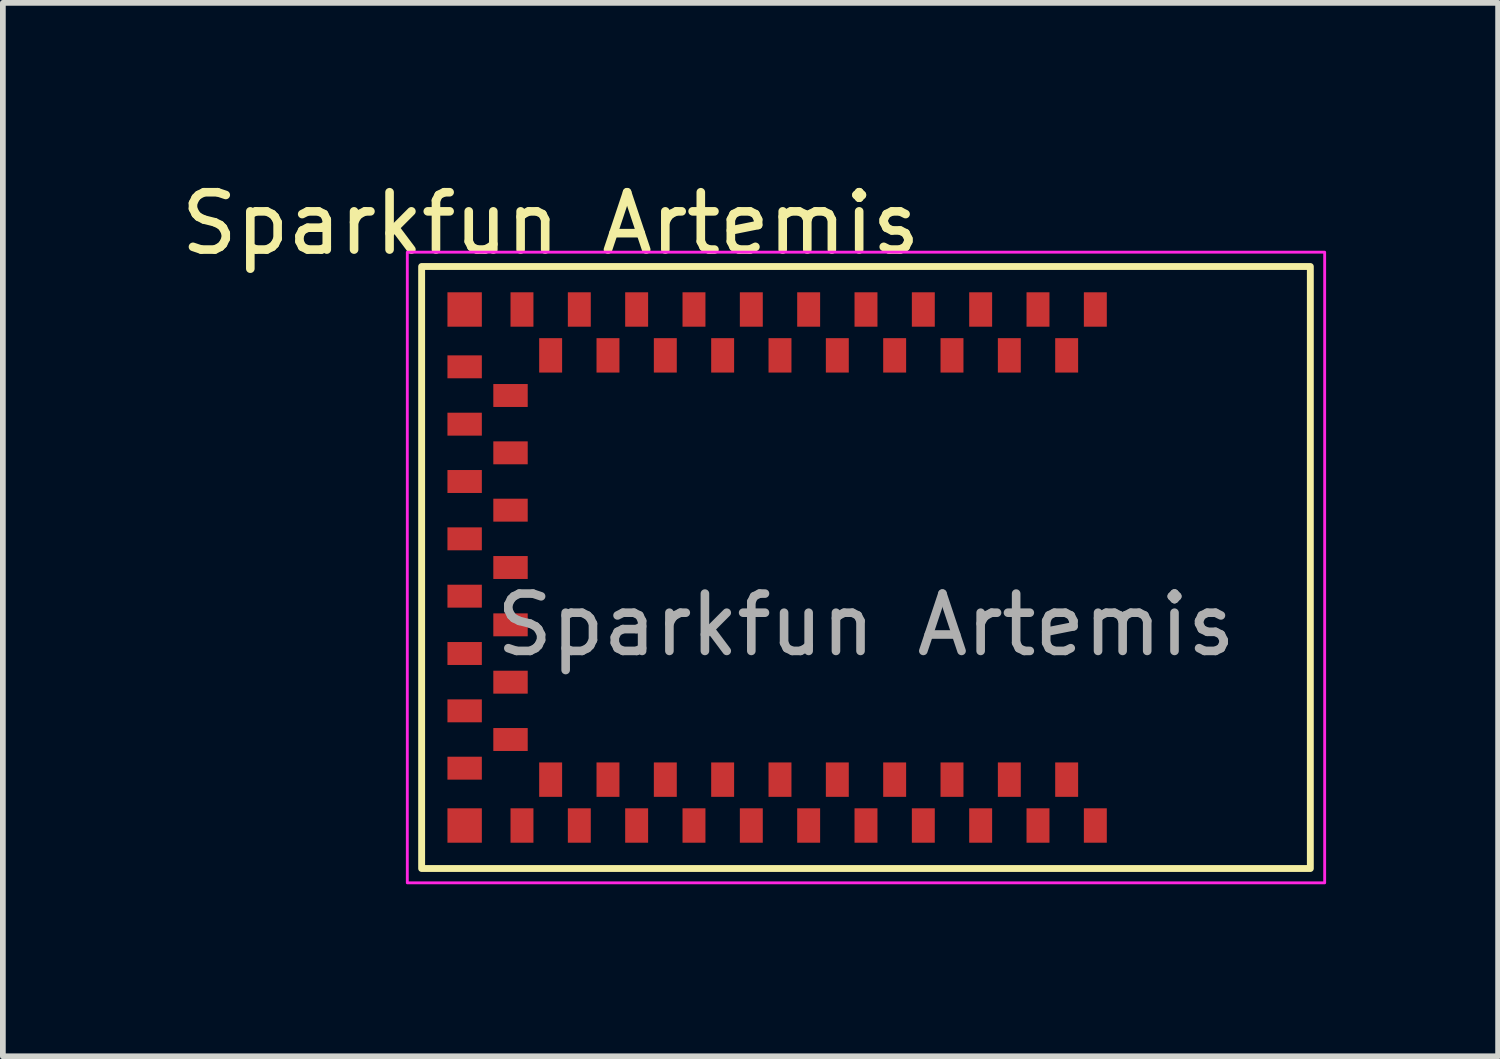
<source format=kicad_pcb>
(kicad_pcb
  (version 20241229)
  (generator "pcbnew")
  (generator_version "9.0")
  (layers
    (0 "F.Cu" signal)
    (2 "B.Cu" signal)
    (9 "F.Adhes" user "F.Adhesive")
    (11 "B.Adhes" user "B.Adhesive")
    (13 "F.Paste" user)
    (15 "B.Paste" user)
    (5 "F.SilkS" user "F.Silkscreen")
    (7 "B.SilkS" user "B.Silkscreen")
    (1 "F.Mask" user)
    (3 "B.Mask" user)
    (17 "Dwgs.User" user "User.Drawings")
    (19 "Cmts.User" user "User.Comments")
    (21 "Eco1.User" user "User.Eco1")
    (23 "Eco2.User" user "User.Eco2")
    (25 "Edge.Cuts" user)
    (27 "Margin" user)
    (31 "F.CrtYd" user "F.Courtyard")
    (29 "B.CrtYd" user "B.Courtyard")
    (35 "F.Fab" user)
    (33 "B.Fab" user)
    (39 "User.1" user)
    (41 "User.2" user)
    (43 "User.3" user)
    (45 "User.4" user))
  (footprint "Sparkfun Artemis"
    (layer "F.Cu")
    (at 11.054 6.848)
    (property "Reference" "Sparkfun Artemis" (at -4.5 -6 0) (unlocked yes) (layer "F.SilkS") (effects (font (size 1 1) (thickness 0.15))))
    (attr smd)
    (fp_rect (start -6.75 -5.25) (end 8.75 5.25) (stroke (width 0.12) (type default)) (fill no) (layer "F.SilkS"))
    (fp_rect (start -7 -5.5) (end 9 5.5) (stroke (width 0.05) (type default)) (fill no) (layer "F.CrtYd"))
    (fp_text user "${REFERENCE}" (at 1 1 0) (unlocked yes) (layer "F.Fab") (effects (font (size 1 1) (thickness 0.15))))
    (pad "1" smd rect (at 5 -4.5) (size 0.4 0.6) (layers "F.Cu" "F.Mask" "F.Paste"))
    (pad "2" smd rect (at 4.5 -3.7) (size 0.4 0.6) (layers "F.Cu" "F.Mask" "F.Paste"))
    (pad "3" smd rect (at 4 -4.5) (size 0.4 0.6) (layers "F.Cu" "F.Mask" "F.Paste"))
    (pad "4" smd rect (at 3.5 -3.7) (size 0.4 0.6) (layers "F.Cu" "F.Mask" "F.Paste"))
    (pad "5" smd rect (at 3 -4.5) (size 0.4 0.6) (layers "F.Cu" "F.Mask" "F.Paste"))
    (pad "6" smd rect (at 2.5 -3.7) (size 0.4 0.6) (layers "F.Cu" "F.Mask" "F.Paste"))
    (pad "7" smd rect (at 2 -4.5) (size 0.4 0.6) (layers "F.Cu" "F.Mask" "F.Paste"))
    (pad "8" smd rect (at 1.5 -3.7) (size 0.4 0.6) (layers "F.Cu" "F.Mask" "F.Paste"))
    (pad "9" smd rect (at 1 -4.5) (size 0.4 0.6) (layers "F.Cu" "F.Mask" "F.Paste"))
    (pad "10" smd rect (at 0.5 -3.7) (size 0.4 0.6) (layers "F.Cu" "F.Mask" "F.Paste"))
    (pad "11" smd rect (at 0 -4.5) (size 0.4 0.6) (layers "F.Cu" "F.Mask" "F.Paste"))
    (pad "12" smd rect (at -0.5 -3.7) (size 0.4 0.6) (layers "F.Cu" "F.Mask" "F.Paste"))
    (pad "13" smd rect (at -1 -4.5) (size 0.4 0.6) (layers "F.Cu" "F.Mask" "F.Paste"))
    (pad "14" smd rect (at -1.5 -3.7) (size 0.4 0.6) (layers "F.Cu" "F.Mask" "F.Paste"))
    (pad "15" smd rect (at -2 -4.5) (size 0.4 0.6) (layers "F.Cu" "F.Mask" "F.Paste"))
    (pad "16" smd rect (at -2.5 -3.7) (size 0.4 0.6) (layers "F.Cu" "F.Mask" "F.Paste"))
    (pad "17" smd rect (at -3 -4.5) (size 0.4 0.6) (layers "F.Cu" "F.Mask" "F.Paste"))
    (pad "18" smd rect (at -3.5 -3.7) (size 0.4 0.6) (layers "F.Cu" "F.Mask" "F.Paste"))
    (pad "19" smd rect (at -4 -4.5) (size 0.4 0.6) (layers "F.Cu" "F.Mask" "F.Paste"))
    (pad "20" smd rect (at -4.5 -3.7) (size 0.4 0.6) (layers "F.Cu" "F.Mask" "F.Paste"))
    (pad "21" smd rect (at -5 -4.5) (size 0.4 0.6) (layers "F.Cu" "F.Mask" "F.Paste"))
    (pad "22" smd rect (at -6 -4.5) (size 0.6 0.6) (layers "F.Cu" "F.Mask" "F.Paste"))
    (pad "23" smd rect (at -6 -3.5) (size 0.6 0.4) (layers "F.Cu" "F.Mask" "F.Paste"))
    (pad "24" smd rect (at -5.2 -3) (size 0.6 0.4) (layers "F.Cu" "F.Mask" "F.Paste"))
    (pad "25" smd rect (at -6 -2.5) (size 0.6 0.4) (layers "F.Cu" "F.Mask" "F.Paste"))
    (pad "26" smd rect (at -5.2 -2) (size 0.6 0.4) (layers "F.Cu" "F.Mask" "F.Paste"))
    (pad "27" smd rect (at -6 -1.5) (size 0.6 0.4) (layers "F.Cu" "F.Mask" "F.Paste"))
    (pad "28" smd rect (at -5.2 -1) (size 0.6 0.4) (layers "F.Cu" "F.Mask" "F.Paste"))
    (pad "29" smd rect (at -6 -0.5) (size 0.6 0.4) (layers "F.Cu" "F.Mask" "F.Paste"))
    (pad "30" smd rect (at -5.2 0) (size 0.6 0.4) (layers "F.Cu" "F.Mask" "F.Paste"))
    (pad "31" smd rect (at -6 0.5) (size 0.6 0.4) (layers "F.Cu" "F.Mask" "F.Paste"))
    (pad "32" smd rect (at -5.2 1) (size 0.6 0.4) (layers "F.Cu" "F.Mask" "F.Paste"))
    (pad "33" smd rect (at -6 1.5) (size 0.6 0.4) (layers "F.Cu" "F.Mask" "F.Paste"))
    (pad "34" smd rect (at -5.2 2) (size 0.6 0.4) (layers "F.Cu" "F.Mask" "F.Paste"))
    (pad "35" smd rect (at -6 2.5) (size 0.6 0.4) (layers "F.Cu" "F.Mask" "F.Paste"))
    (pad "36" smd rect (at -5.2 3) (size 0.6 0.4) (layers "F.Cu" "F.Mask" "F.Paste"))
    (pad "37" smd rect (at -6 3.5) (size 0.6 0.4) (layers "F.Cu" "F.Mask" "F.Paste"))
    (pad "38" smd rect (at -6 4.5) (size 0.6 0.6) (layers "F.Cu" "F.Mask" "F.Paste"))
    (pad "39" smd rect (at -5 4.5) (size 0.4 0.6) (layers "F.Cu" "F.Mask" "F.Paste"))
    (pad "40" smd rect (at -4.5 3.7) (size 0.4 0.6) (layers "F.Cu" "F.Mask" "F.Paste"))
    (pad "41" smd rect (at -4 4.5) (size 0.4 0.6) (layers "F.Cu" "F.Mask" "F.Paste"))
    (pad "42" smd rect (at -3.5 3.7) (size 0.4 0.6) (layers "F.Cu" "F.Mask" "F.Paste"))
    (pad "43" smd rect (at -3 4.5) (size 0.4 0.6) (layers "F.Cu" "F.Mask" "F.Paste"))
    (pad "44" smd rect (at -2.5 3.7) (size 0.4 0.6) (layers "F.Cu" "F.Mask" "F.Paste"))
    (pad "45" smd rect (at -2 4.5) (size 0.4 0.6) (layers "F.Cu" "F.Mask" "F.Paste"))
    (pad "46" smd rect (at -1.5 3.7) (size 0.4 0.6) (layers "F.Cu" "F.Mask" "F.Paste"))
    (pad "47" smd rect (at -1 4.5) (size 0.4 0.6) (layers "F.Cu" "F.Mask" "F.Paste"))
    (pad "48" smd rect (at -0.5 3.7) (size 0.4 0.6) (layers "F.Cu" "F.Mask" "F.Paste"))
    (pad "49" smd rect (at 0 4.5) (size 0.4 0.6) (layers "F.Cu" "F.Mask" "F.Paste"))
    (pad "50" smd rect (at 0.5 3.7) (size 0.4 0.6) (layers "F.Cu" "F.Mask" "F.Paste"))
    (pad "51" smd rect (at 1 4.5) (size 0.4 0.6) (layers "F.Cu" "F.Mask" "F.Paste"))
    (pad "52" smd rect (at 1.5 3.7) (size 0.4 0.6) (layers "F.Cu" "F.Mask" "F.Paste"))
    (pad "53" smd rect (at 2 4.5) (size 0.4 0.6) (layers "F.Cu" "F.Mask" "F.Paste"))
    (pad "54" smd rect (at 2.5 3.7) (size 0.4 0.6) (layers "F.Cu" "F.Mask" "F.Paste"))
    (pad "55" smd rect (at 3 4.5) (size 0.4 0.6) (layers "F.Cu" "F.Mask" "F.Paste"))
    (pad "56" smd rect (at 3.5 3.7) (size 0.4 0.6) (layers "F.Cu" "F.Mask" "F.Paste"))
    (pad "57" smd rect (at 4 4.5) (size 0.4 0.6) (layers "F.Cu" "F.Mask" "F.Paste"))
    (pad "58" smd rect (at 4.5 3.7) (size 0.4 0.6) (layers "F.Cu" "F.Mask" "F.Paste"))
    (pad "59" smd rect (at 5 4.5) (size 0.4 0.6) (layers "F.Cu" "F.Mask" "F.Paste")))
  (gr_rect
    (start -3 -3)
    (end 23.079 15.373)
    (stroke (width 0.1) (type default))
    (fill no)
    (layer "Edge.Cuts")))
</source>
